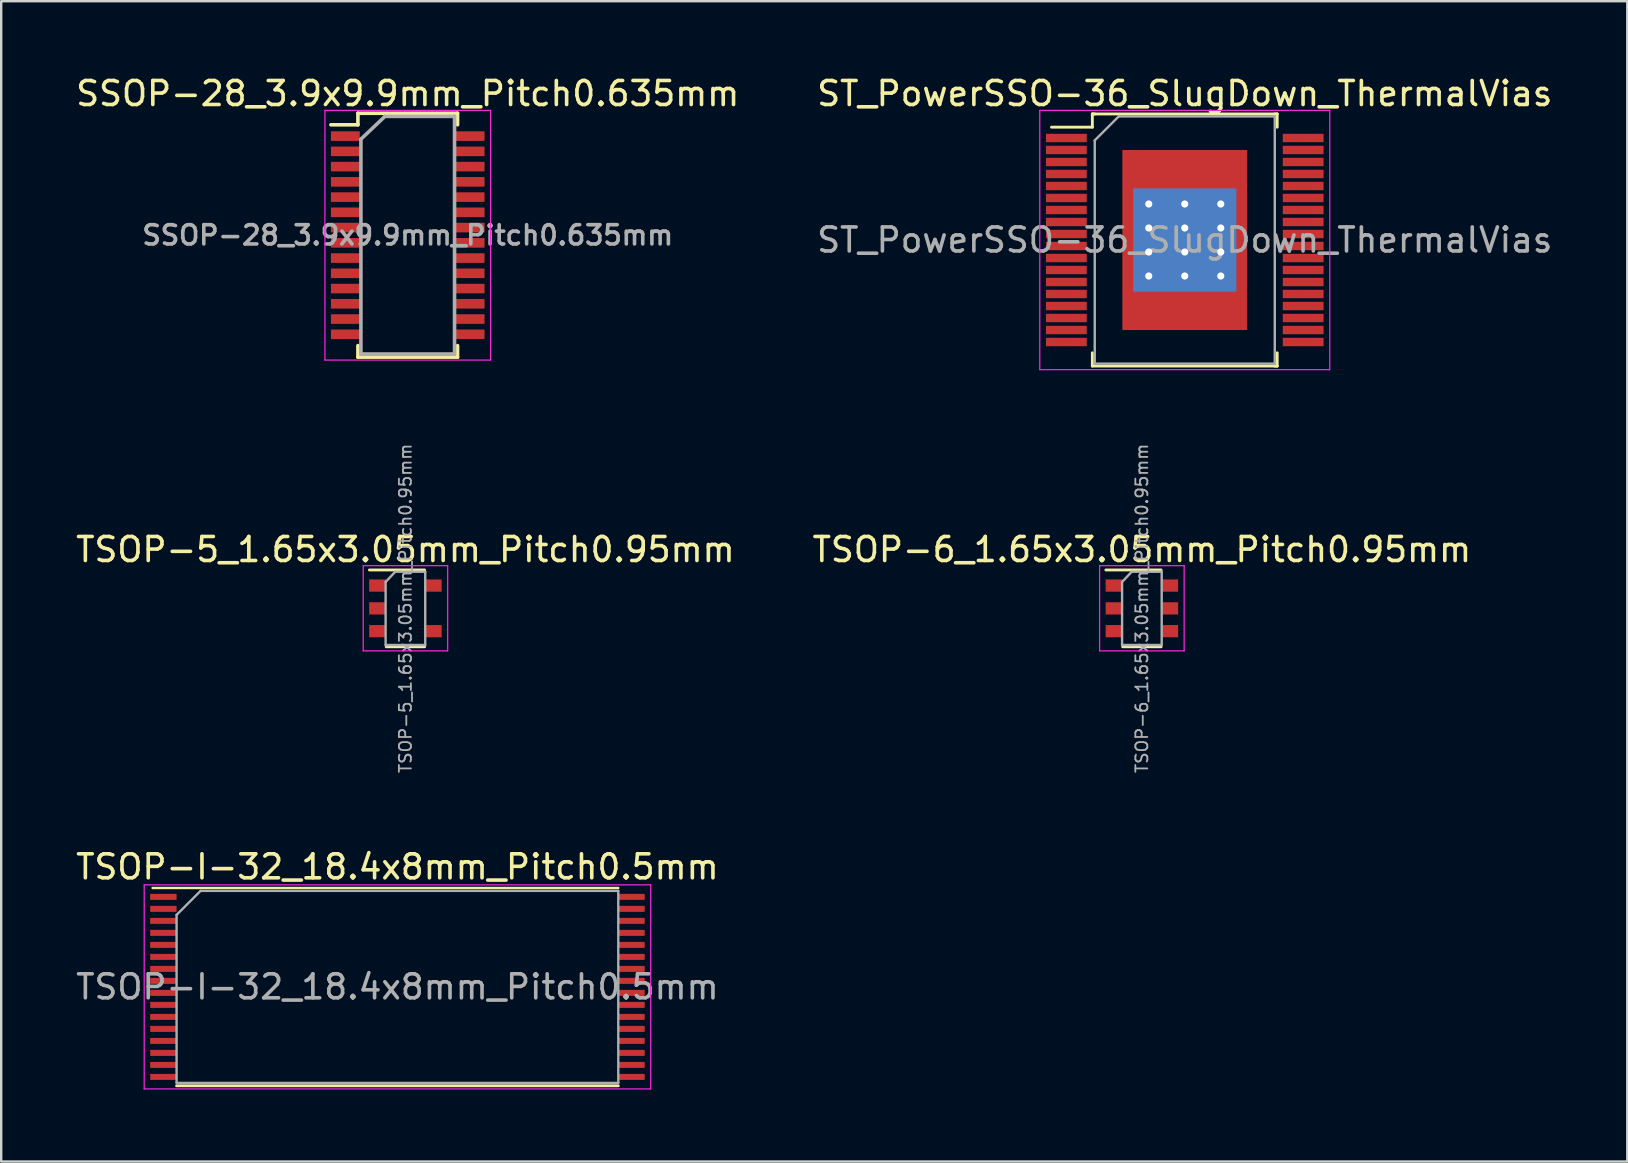
<source format=kicad_pcb>
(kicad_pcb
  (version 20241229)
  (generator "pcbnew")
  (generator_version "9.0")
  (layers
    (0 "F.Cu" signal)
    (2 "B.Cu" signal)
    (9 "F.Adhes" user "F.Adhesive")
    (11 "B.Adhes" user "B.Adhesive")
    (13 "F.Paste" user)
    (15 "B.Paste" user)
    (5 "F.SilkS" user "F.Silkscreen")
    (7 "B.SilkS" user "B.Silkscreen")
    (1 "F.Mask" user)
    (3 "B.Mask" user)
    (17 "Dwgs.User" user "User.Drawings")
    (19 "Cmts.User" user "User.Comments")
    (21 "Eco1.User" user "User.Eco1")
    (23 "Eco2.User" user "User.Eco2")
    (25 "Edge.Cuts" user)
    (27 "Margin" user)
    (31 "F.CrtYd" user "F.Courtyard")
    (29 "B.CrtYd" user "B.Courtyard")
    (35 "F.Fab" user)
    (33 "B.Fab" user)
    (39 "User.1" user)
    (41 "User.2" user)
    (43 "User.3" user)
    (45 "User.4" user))
  (footprint "TSOP-I-32_18.4x8mm_Pitch0.5mm"
    (layer "F.Cu")
    (at 13.506 38.061)
    (property "Reference" "TSOP-I-32_18.4x8mm_Pitch0.5mm" (at 0 -5 0) (layer "F.SilkS") (effects (font (size 1 1) (thickness 0.15))))
    (attr smd)
    (fp_line (start -9.2 4.12) (end 9.2 4.12) (stroke (width 0.12) (type solid)) (layer "F.SilkS"))
    (fp_line (start 9.2 -4.12) (end -10.2 -4.12) (stroke (width 0.1) (type solid)) (layer "F.SilkS"))
    (fp_line (start -10.55 -4.25) (end 10.55 -4.25) (stroke (width 0.05) (type solid)) (layer "F.CrtYd"))
    (fp_line (start -10.55 4.25) (end -10.55 -4.25) (stroke (width 0.05) (type solid)) (layer "F.CrtYd"))
    (fp_line (start 10.55 -4.25) (end 10.55 4.25) (stroke (width 0.05) (type solid)) (layer "F.CrtYd"))
    (fp_line (start 10.55 4.25) (end -10.55 4.25) (stroke (width 0.05) (type solid)) (layer "F.CrtYd"))
    (fp_line (start -9.2 4) (end -9.2 -3) (stroke (width 0.1) (type solid)) (layer "F.Fab"))
    (fp_line (start -8.2 -4) (end -9.2 -3) (stroke (width 0.1) (type solid)) (layer "F.Fab"))
    (fp_line (start -8.2 -4) (end 9.2 -4) (stroke (width 0.1) (type solid)) (layer "F.Fab"))
    (fp_line (start 9.2 -4) (end 9.2 4) (stroke (width 0.1) (type solid)) (layer "F.Fab"))
    (fp_line (start 9.2 4) (end -9.2 4) (stroke (width 0.1) (type solid)) (layer "F.Fab"))
    (fp_text user "${REFERENCE}" (at 0 0 0) (layer "F.Fab") (effects (font (size 1 1) (thickness 0.15))))
    (pad "1" smd rect (at -9.75 -3.75) (size 1.1 0.25) (layers "F.Cu" "F.Mask" "F.Paste"))
    (pad "2" smd rect (at -9.75 -3.25) (size 1.1 0.25) (layers "F.Cu" "F.Mask" "F.Paste"))
    (pad "3" smd rect (at -9.75 -2.75) (size 1.1 0.25) (layers "F.Cu" "F.Mask" "F.Paste"))
    (pad "4" smd rect (at -9.75 -2.25) (size 1.1 0.25) (layers "F.Cu" "F.Mask" "F.Paste"))
    (pad "5" smd rect (at -9.75 -1.75) (size 1.1 0.25) (layers "F.Cu" "F.Mask" "F.Paste"))
    (pad "6" smd rect (at -9.75 -1.25) (size 1.1 0.25) (layers "F.Cu" "F.Mask" "F.Paste"))
    (pad "7" smd rect (at -9.75 -0.75) (size 1.1 0.25) (layers "F.Cu" "F.Mask" "F.Paste"))
    (pad "8" smd rect (at -9.75 -0.25) (size 1.1 0.25) (layers "F.Cu" "F.Mask" "F.Paste"))
    (pad "9" smd rect (at -9.75 0.25) (size 1.1 0.25) (layers "F.Cu" "F.Mask" "F.Paste"))
    (pad "10" smd rect (at -9.75 0.75) (size 1.1 0.25) (layers "F.Cu" "F.Mask" "F.Paste"))
    (pad "11" smd rect (at -9.75 1.25) (size 1.1 0.25) (layers "F.Cu" "F.Mask" "F.Paste"))
    (pad "12" smd rect (at -9.75 1.75) (size 1.1 0.25) (layers "F.Cu" "F.Mask" "F.Paste"))
    (pad "13" smd rect (at -9.75 2.25) (size 1.1 0.25) (layers "F.Cu" "F.Mask" "F.Paste"))
    (pad "14" smd rect (at -9.75 2.75) (size 1.1 0.25) (layers "F.Cu" "F.Mask" "F.Paste"))
    (pad "15" smd rect (at -9.75 3.25) (size 1.1 0.25) (layers "F.Cu" "F.Mask" "F.Paste"))
    (pad "16" smd rect (at -9.75 3.75) (size 1.1 0.25) (layers "F.Cu" "F.Mask" "F.Paste"))
    (pad "17" smd rect (at 9.75 3.75) (size 1.1 0.25) (layers "F.Cu" "F.Mask" "F.Paste"))
    (pad "18" smd rect (at 9.75 3.25) (size 1.1 0.25) (layers "F.Cu" "F.Mask" "F.Paste"))
    (pad "19" smd rect (at 9.75 2.75) (size 1.1 0.25) (layers "F.Cu" "F.Mask" "F.Paste"))
    (pad "20" smd rect (at 9.75 2.25) (size 1.1 0.25) (layers "F.Cu" "F.Mask" "F.Paste"))
    (pad "21" smd rect (at 9.75 1.75) (size 1.1 0.25) (layers "F.Cu" "F.Mask" "F.Paste"))
    (pad "22" smd rect (at 9.75 1.25) (size 1.1 0.25) (layers "F.Cu" "F.Mask" "F.Paste"))
    (pad "23" smd rect (at 9.75 0.75) (size 1.1 0.25) (layers "F.Cu" "F.Mask" "F.Paste"))
    (pad "24" smd rect (at 9.75 0.25) (size 1.1 0.25) (layers "F.Cu" "F.Mask" "F.Paste"))
    (pad "25" smd rect (at 9.75 -0.25) (size 1.1 0.25) (layers "F.Cu" "F.Mask" "F.Paste"))
    (pad "26" smd rect (at 9.75 -0.75) (size 1.1 0.25) (layers "F.Cu" "F.Mask" "F.Paste"))
    (pad "27" smd rect (at 9.75 -1.25) (size 1.1 0.25) (layers "F.Cu" "F.Mask" "F.Paste"))
    (pad "28" smd rect (at 9.75 -1.75) (size 1.1 0.25) (layers "F.Cu" "F.Mask" "F.Paste"))
    (pad "29" smd rect (at 9.75 -2.25) (size 1.1 0.25) (layers "F.Cu" "F.Mask" "F.Paste"))
    (pad "30" smd rect (at 9.75 -2.75) (size 1.1 0.25) (layers "F.Cu" "F.Mask" "F.Paste"))
    (pad "31" smd rect (at 9.75 -3.25) (size 1.1 0.25) (layers "F.Cu" "F.Mask" "F.Paste"))
    (pad "32" smd rect (at 9.75 -3.75) (size 1.1 0.25) (layers "F.Cu" "F.Mask" "F.Paste")))
  (footprint "TSOP-5_1.65x3.05mm_Pitch0.95mm"
    (layer "F.Cu")
    (at 13.839 22.293)
    (property "Reference" "TSOP-5_1.65x3.05mm_Pitch0.95mm" (at 0 -2.45 0) (layer "F.SilkS") (effects (font (size 1 1) (thickness 0.15))))
    (attr smd)
    (fp_line (start -0.8 1.6) (end 0.8 1.6) (stroke (width 0.12) (type solid)) (layer "F.SilkS"))
    (fp_line (start 0.8 -1.6) (end -1.5 -1.6) (stroke (width 0.12) (type solid)) (layer "F.SilkS"))
    (fp_line (start -1.76 -1.78) (end -1.76 1.77) (stroke (width 0.05) (type solid)) (layer "F.CrtYd"))
    (fp_line (start -1.76 -1.78) (end 1.76 -1.78) (stroke (width 0.05) (type solid)) (layer "F.CrtYd"))
    (fp_line (start 1.76 1.77) (end -1.76 1.77) (stroke (width 0.05) (type solid)) (layer "F.CrtYd"))
    (fp_line (start 1.76 1.77) (end 1.76 -1.78) (stroke (width 0.05) (type solid)) (layer "F.CrtYd"))
    (fp_line (start -0.825 -1.1) (end -0.825 1.525) (stroke (width 0.1) (type solid)) (layer "F.Fab"))
    (fp_line (start -0.825 -1.1) (end -0.425 -1.525) (stroke (width 0.1) (type solid)) (layer "F.Fab"))
    (fp_line (start 0.825 -1.525) (end -0.425 -1.525) (stroke (width 0.1) (type solid)) (layer "F.Fab"))
    (fp_line (start 0.825 -1.525) (end 0.825 1.525) (stroke (width 0.1) (type solid)) (layer "F.Fab"))
    (fp_line (start 0.825 1.525) (end -0.825 1.525) (stroke (width 0.1) (type solid)) (layer "F.Fab"))
    (fp_text user "${REFERENCE}" (at 0 0 90) (layer "F.Fab") (effects (font (size 0.5 0.5) (thickness 0.075))))
    (pad "1" smd rect (at -1.16 -0.95) (size 0.7 0.51) (layers "F.Cu" "F.Mask" "F.Paste"))
    (pad "2" smd rect (at -1.16 0) (size 0.7 0.51) (layers "F.Cu" "F.Mask" "F.Paste"))
    (pad "3" smd rect (at -1.16 0.95) (size 0.7 0.51) (layers "F.Cu" "F.Mask" "F.Paste"))
    (pad "4" smd rect (at 1.16 0.95) (size 0.7 0.51) (layers "F.Cu" "F.Mask" "F.Paste"))
    (pad "6" smd rect (at 1.16 -0.95) (size 0.7 0.51) (layers "F.Cu" "F.Mask" "F.Paste")))
  (footprint "SSOP-28_3.9x9.9mm_Pitch0.635mm"
    (layer "F.Cu")
    (at 13.935 6.748)
    (property "Reference" "SSOP-28_3.9x9.9mm_Pitch0.635mm" (at 0 -5.9 0) (layer "F.SilkS") (effects (font (size 1 1) (thickness 0.15))))
    (attr smd)
    (fp_line (start -2.075 -5.08) (end -2.075 -4.6) (stroke (width 0.15) (type solid)) (layer "F.SilkS"))
    (fp_line (start -2.075 -5.08) (end 2.075 -5.08) (stroke (width 0.15) (type solid)) (layer "F.SilkS"))
    (fp_line (start -2.075 -4.6) (end -3.2 -4.6) (stroke (width 0.15) (type solid)) (layer "F.SilkS"))
    (fp_line (start -2.075 5.08) (end -2.075 4.6) (stroke (width 0.15) (type solid)) (layer "F.SilkS"))
    (fp_line (start -2.075 5.08) (end 2.075 5.08) (stroke (width 0.15) (type solid)) (layer "F.SilkS"))
    (fp_line (start 2.075 -5.08) (end 2.075 -4.6) (stroke (width 0.15) (type solid)) (layer "F.SilkS"))
    (fp_line (start 2.075 5.08) (end 2.075 4.6) (stroke (width 0.15) (type solid)) (layer "F.SilkS"))
    (fp_line (start -3.45 -5.2) (end -3.45 5.2) (stroke (width 0.05) (type solid)) (layer "F.CrtYd"))
    (fp_line (start -3.45 -5.2) (end 3.45 -5.2) (stroke (width 0.05) (type solid)) (layer "F.CrtYd"))
    (fp_line (start -3.45 5.2) (end 3.45 5.2) (stroke (width 0.05) (type solid)) (layer "F.CrtYd"))
    (fp_line (start 3.45 -5.2) (end 3.45 5.2) (stroke (width 0.05) (type solid)) (layer "F.CrtYd"))
    (fp_line (start -1.95 -4) (end -0.95 -4.95) (stroke (width 0.15) (type solid)) (layer "F.Fab"))
    (fp_line (start -1.95 4.95) (end -1.95 -4) (stroke (width 0.15) (type solid)) (layer "F.Fab"))
    (fp_line (start -0.95 -4.95) (end 1.95 -4.95) (stroke (width 0.15) (type solid)) (layer "F.Fab"))
    (fp_line (start 1.95 -4.95) (end 1.95 4.95) (stroke (width 0.15) (type solid)) (layer "F.Fab"))
    (fp_line (start 1.95 4.95) (end -1.95 4.95) (stroke (width 0.15) (type solid)) (layer "F.Fab"))
    (fp_text user "${REFERENCE}" (at 0 0 0) (layer "F.Fab") (effects (font (size 0.8 0.8) (thickness 0.15))))
    (pad "1" smd rect (at -2.6 -4.128) (size 1.2 0.4) (layers "F.Cu" "F.Mask" "F.Paste"))
    (pad "2" smd rect (at -2.6 -3.493) (size 1.2 0.4) (layers "F.Cu" "F.Mask" "F.Paste"))
    (pad "3" smd rect (at -2.6 -2.857) (size 1.2 0.4) (layers "F.Cu" "F.Mask" "F.Paste"))
    (pad "4" smd rect (at -2.6 -2.223) (size 1.2 0.4) (layers "F.Cu" "F.Mask" "F.Paste"))
    (pad "5" smd rect (at -2.6 -1.587) (size 1.2 0.4) (layers "F.Cu" "F.Mask" "F.Paste"))
    (pad "6" smd rect (at -2.6 -0.953) (size 1.2 0.4) (layers "F.Cu" "F.Mask" "F.Paste"))
    (pad "7" smd rect (at -2.6 -0.318) (size 1.2 0.4) (layers "F.Cu" "F.Mask" "F.Paste"))
    (pad "8" smd rect (at -2.6 0.318) (size 1.2 0.4) (layers "F.Cu" "F.Mask" "F.Paste"))
    (pad "9" smd rect (at -2.6 0.953) (size 1.2 0.4) (layers "F.Cu" "F.Mask" "F.Paste"))
    (pad "10" smd rect (at -2.6 1.587) (size 1.2 0.4) (layers "F.Cu" "F.Mask" "F.Paste"))
    (pad "11" smd rect (at -2.6 2.223) (size 1.2 0.4) (layers "F.Cu" "F.Mask" "F.Paste"))
    (pad "12" smd rect (at -2.6 2.857) (size 1.2 0.4) (layers "F.Cu" "F.Mask" "F.Paste"))
    (pad "13" smd rect (at -2.6 3.493) (size 1.2 0.4) (layers "F.Cu" "F.Mask" "F.Paste"))
    (pad "14" smd rect (at -2.6 4.128) (size 1.2 0.4) (layers "F.Cu" "F.Mask" "F.Paste"))
    (pad "15" smd rect (at 2.6 4.128) (size 1.2 0.4) (layers "F.Cu" "F.Mask" "F.Paste"))
    (pad "16" smd rect (at 2.6 3.493) (size 1.2 0.4) (layers "F.Cu" "F.Mask" "F.Paste"))
    (pad "17" smd rect (at 2.6 2.857) (size 1.2 0.4) (layers "F.Cu" "F.Mask" "F.Paste"))
    (pad "18" smd rect (at 2.6 2.223) (size 1.2 0.4) (layers "F.Cu" "F.Mask" "F.Paste"))
    (pad "19" smd rect (at 2.6 1.587) (size 1.2 0.4) (layers "F.Cu" "F.Mask" "F.Paste"))
    (pad "20" smd rect (at 2.6 0.953) (size 1.2 0.4) (layers "F.Cu" "F.Mask" "F.Paste"))
    (pad "21" smd rect (at 2.6 0.318) (size 1.2 0.4) (layers "F.Cu" "F.Mask" "F.Paste"))
    (pad "22" smd rect (at 2.6 -0.318) (size 1.2 0.4) (layers "F.Cu" "F.Mask" "F.Paste"))
    (pad "23" smd rect (at 2.6 -0.953) (size 1.2 0.4) (layers "F.Cu" "F.Mask" "F.Paste"))
    (pad "24" smd rect (at 2.6 -1.587) (size 1.2 0.4) (layers "F.Cu" "F.Mask" "F.Paste"))
    (pad "25" smd rect (at 2.6 -2.223) (size 1.2 0.4) (layers "F.Cu" "F.Mask" "F.Paste"))
    (pad "26" smd rect (at 2.6 -2.857) (size 1.2 0.4) (layers "F.Cu" "F.Mask" "F.Paste"))
    (pad "27" smd rect (at 2.6 -3.493) (size 1.2 0.4) (layers "F.Cu" "F.Mask" "F.Paste"))
    (pad "28" smd rect (at 2.6 -4.128) (size 1.2 0.4) (layers "F.Cu" "F.Mask" "F.Paste")))
  (footprint "TSOP-6_1.65x3.05mm_Pitch0.95mm"
    (layer "F.Cu")
    (at 44.518 22.293)
    (property "Reference" "TSOP-6_1.65x3.05mm_Pitch0.95mm" (at 0 -2.45 0) (layer "F.SilkS") (effects (font (size 1 1) (thickness 0.15))))
    (attr smd)
    (fp_line (start -0.8 1.6) (end 0.8 1.6) (stroke (width 0.12) (type solid)) (layer "F.SilkS"))
    (fp_line (start 0.8 -1.6) (end -1.5 -1.6) (stroke (width 0.12) (type solid)) (layer "F.SilkS"))
    (fp_line (start -1.76 -1.78) (end -1.76 1.77) (stroke (width 0.05) (type solid)) (layer "F.CrtYd"))
    (fp_line (start -1.76 -1.78) (end 1.76 -1.78) (stroke (width 0.05) (type solid)) (layer "F.CrtYd"))
    (fp_line (start 1.76 1.77) (end -1.76 1.77) (stroke (width 0.05) (type solid)) (layer "F.CrtYd"))
    (fp_line (start 1.76 1.77) (end 1.76 -1.78) (stroke (width 0.05) (type solid)) (layer "F.CrtYd"))
    (fp_line (start -0.825 -1.1) (end -0.825 1.525) (stroke (width 0.1) (type solid)) (layer "F.Fab"))
    (fp_line (start -0.825 -1.1) (end -0.425 -1.525) (stroke (width 0.1) (type solid)) (layer "F.Fab"))
    (fp_line (start 0.825 -1.525) (end -0.425 -1.525) (stroke (width 0.1) (type solid)) (layer "F.Fab"))
    (fp_line (start 0.825 -1.525) (end 0.825 1.525) (stroke (width 0.1) (type solid)) (layer "F.Fab"))
    (fp_line (start 0.825 1.525) (end -0.825 1.525) (stroke (width 0.1) (type solid)) (layer "F.Fab"))
    (fp_text user "${REFERENCE}" (at 0 0 90) (layer "F.Fab") (effects (font (size 0.5 0.5) (thickness 0.075))))
    (pad "1" smd rect (at -1.16 -0.95) (size 0.7 0.51) (layers "F.Cu" "F.Mask" "F.Paste"))
    (pad "2" smd rect (at -1.16 0) (size 0.7 0.51) (layers "F.Cu" "F.Mask" "F.Paste"))
    (pad "3" smd rect (at -1.16 0.95) (size 0.7 0.51) (layers "F.Cu" "F.Mask" "F.Paste"))
    (pad "4" smd rect (at 1.16 0.95) (size 0.7 0.51) (layers "F.Cu" "F.Mask" "F.Paste"))
    (pad "5" smd rect (at 1.16 0) (size 0.7 0.51) (layers "F.Cu" "F.Mask" "F.Paste"))
    (pad "6" smd rect (at 1.16 -0.95) (size 0.7 0.51) (layers "F.Cu" "F.Mask" "F.Paste")))
  (footprint "ST_PowerSSO-36_SlugDown_ThermalVias"
    (layer "F.Cu")
    (at 46.304 6.948)
    (property "Reference" "ST_PowerSSO-36_SlugDown_ThermalVias" (at 0 -6.1 0) (layer "F.SilkS") (effects (font (size 1 1) (thickness 0.15))))
    (attr smd)
    (fp_line (start -3.85 -5.25) (end -3.85 -4.7) (stroke (width 0.12) (type solid)) (layer "F.SilkS"))
    (fp_line (start -3.85 -4.7) (end -5.55 -4.7) (stroke (width 0.12) (type solid)) (layer "F.SilkS"))
    (fp_line (start -3.85 5.25) (end -3.85 4.7) (stroke (width 0.12) (type solid)) (layer "F.SilkS"))
    (fp_line (start -3.75 -5.25) (end -3.85 -5.25) (stroke (width 0.12) (type solid)) (layer "F.SilkS"))
    (fp_line (start 3.75 -5.25) (end 3.85 -5.25) (stroke (width 0.12) (type solid)) (layer "F.SilkS"))
    (fp_line (start 3.75 5.25) (end 3.85 5.25) (stroke (width 0.12) (type solid)) (layer "F.SilkS"))
    (fp_line (start 3.85 -5.25) (end -3.85 -5.25) (stroke (width 0.12) (type solid)) (layer "F.SilkS"))
    (fp_line (start 3.85 -5.25) (end 3.85 -4.7) (stroke (width 0.12) (type solid)) (layer "F.SilkS"))
    (fp_line (start 3.85 5.25) (end -3.85 5.25) (stroke (width 0.12) (type solid)) (layer "F.SilkS"))
    (fp_line (start 3.85 5.25) (end 3.85 4.7) (stroke (width 0.12) (type solid)) (layer "F.SilkS"))
    (fp_line (start -6.04 -5.4) (end -6.04 5.4) (stroke (width 0.05) (type solid)) (layer "F.CrtYd"))
    (fp_line (start -6.04 -5.4) (end 6.04 -5.4) (stroke (width 0.05) (type solid)) (layer "F.CrtYd"))
    (fp_line (start 6.04 5.4) (end -6.04 5.4) (stroke (width 0.05) (type solid)) (layer "F.CrtYd"))
    (fp_line (start 6.04 5.4) (end 6.04 -5.4) (stroke (width 0.05) (type solid)) (layer "F.CrtYd"))
    (fp_line (start -3.75 -4.15) (end -3.75 5.15) (stroke (width 0.1) (type solid)) (layer "F.Fab"))
    (fp_line (start -3.75 5.15) (end 3.75 5.15) (stroke (width 0.1) (type solid)) (layer "F.Fab"))
    (fp_line (start -2.75 -5.15) (end -3.75 -4.15) (stroke (width 0.1) (type solid)) (layer "F.Fab"))
    (fp_line (start 3.75 -5.15) (end -2.75 -5.15) (stroke (width 0.1) (type solid)) (layer "F.Fab"))
    (fp_line (start 3.75 5.15) (end 3.75 -5.15) (stroke (width 0.1) (type solid)) (layer "F.Fab"))
    (fp_text user "${REFERENCE}" (at 0 0 0) (layer "F.Fab") (effects (font (size 1 1) (thickness 0.15))))
    (pad "1" smd rect (at -4.933 -4.25) (size 1.7 0.35) (layers "F.Cu" "F.Mask" "F.Paste"))
    (pad "2" smd rect (at -4.933 -3.75) (size 1.7 0.35) (layers "F.Cu" "F.Mask" "F.Paste"))
    (pad "3" smd rect (at -4.933 -3.25) (size 1.7 0.35) (layers "F.Cu" "F.Mask" "F.Paste"))
    (pad "4" smd rect (at -4.933 -2.75) (size 1.7 0.35) (layers "F.Cu" "F.Mask" "F.Paste"))
    (pad "5" smd rect (at -4.933 -2.25) (size 1.7 0.35) (layers "F.Cu" "F.Mask" "F.Paste"))
    (pad "6" smd rect (at -4.933 -1.75) (size 1.7 0.35) (layers "F.Cu" "F.Mask" "F.Paste"))
    (pad "7" smd rect (at -4.933 -1.25) (size 1.7 0.35) (layers "F.Cu" "F.Mask" "F.Paste"))
    (pad "8" smd rect (at -4.933 -0.75) (size 1.7 0.35) (layers "F.Cu" "F.Mask" "F.Paste"))
    (pad "9" smd rect (at -4.933 -0.25) (size 1.7 0.35) (layers "F.Cu" "F.Mask" "F.Paste"))
    (pad "10" smd rect (at -4.933 0.25) (size 1.7 0.35) (layers "F.Cu" "F.Mask" "F.Paste"))
    (pad "11" smd rect (at -4.933 0.75) (size 1.7 0.35) (layers "F.Cu" "F.Mask" "F.Paste"))
    (pad "12" smd rect (at -4.933 1.25) (size 1.7 0.35) (layers "F.Cu" "F.Mask" "F.Paste"))
    (pad "13" smd rect (at -4.933 1.75) (size 1.7 0.35) (layers "F.Cu" "F.Mask" "F.Paste"))
    (pad "14" smd rect (at -4.933 2.25) (size 1.7 0.35) (layers "F.Cu" "F.Mask" "F.Paste"))
    (pad "15" smd rect (at -4.933 2.75) (size 1.7 0.35) (layers "F.Cu" "F.Mask" "F.Paste"))
    (pad "16" smd rect (at -4.933 3.25) (size 1.7 0.35) (layers "F.Cu" "F.Mask" "F.Paste"))
    (pad "17" smd rect (at -4.933 3.75) (size 1.7 0.35) (layers "F.Cu" "F.Mask" "F.Paste"))
    (pad "18" smd rect (at -4.933 4.25) (size 1.7 0.35) (layers "F.Cu" "F.Mask" "F.Paste"))
    (pad "19" smd rect (at 4.933 4.25) (size 1.7 0.35) (layers "F.Cu" "F.Mask" "F.Paste"))
    (pad "20" smd rect (at 4.933 3.75) (size 1.7 0.35) (layers "F.Cu" "F.Mask" "F.Paste"))
    (pad "21" smd rect (at 4.933 3.25) (size 1.7 0.35) (layers "F.Cu" "F.Mask" "F.Paste"))
    (pad "22" smd rect (at 4.933 2.75) (size 1.7 0.35) (layers "F.Cu" "F.Mask" "F.Paste"))
    (pad "23" smd rect (at 4.933 2.25) (size 1.7 0.35) (layers "F.Cu" "F.Mask" "F.Paste"))
    (pad "24" smd rect (at 4.933 1.75) (size 1.7 0.35) (layers "F.Cu" "F.Mask" "F.Paste"))
    (pad "25" smd rect (at 4.933 1.25) (size 1.7 0.35) (layers "F.Cu" "F.Mask" "F.Paste"))
    (pad "26" smd rect (at 4.933 0.75) (size 1.7 0.35) (layers "F.Cu" "F.Mask" "F.Paste"))
    (pad "27" smd rect (at 4.933 0.25) (size 1.7 0.35) (layers "F.Cu" "F.Mask" "F.Paste"))
    (pad "28" smd rect (at 4.933 -0.25) (size 1.7 0.35) (layers "F.Cu" "F.Mask" "F.Paste"))
    (pad "29" smd rect (at 4.933 -0.75) (size 1.7 0.35) (layers "F.Cu" "F.Mask" "F.Paste"))
    (pad "30" smd rect (at 4.933 -1.25) (size 1.7 0.35) (layers "F.Cu" "F.Mask" "F.Paste"))
    (pad "31" smd rect (at 4.933 -1.75) (size 1.7 0.35) (layers "F.Cu" "F.Mask" "F.Paste"))
    (pad "32" smd rect (at 4.933 -2.25) (size 1.7 0.35) (layers "F.Cu" "F.Mask" "F.Paste"))
    (pad "33" smd rect (at 4.933 -2.75) (size 1.7 0.35) (layers "F.Cu" "F.Mask" "F.Paste"))
    (pad "34" smd rect (at 4.933 -3.25) (size 1.7 0.35) (layers "F.Cu" "F.Mask" "F.Paste"))
    (pad "35" smd rect (at 4.933 -3.75) (size 1.7 0.35) (layers "F.Cu" "F.Mask" "F.Paste"))
    (pad "36" smd rect (at 4.933 -4.25) (size 1.7 0.35) (layers "F.Cu" "F.Mask" "F.Paste"))
    (pad "37" thru_hole circle (at -1.5 -1.5) (size 0.6 0.6) (drill 0.3) (layers "*.Cu" "*.Mask"))
    (pad "37" thru_hole circle (at -1.5 -0.5) (size 0.6 0.6) (drill 0.3) (layers "*.Cu" "*.Mask"))
    (pad "37" thru_hole circle (at -1.5 0.5) (size 0.6 0.6) (drill 0.3) (layers "*.Cu" "*.Mask"))
    (pad "37" thru_hole circle (at -1.5 1.5) (size 0.6 0.6) (drill 0.3) (layers "*.Cu" "*.Mask"))
    (pad "37" thru_hole circle (at 0 -1.5) (size 0.6 0.6) (drill 0.3) (layers "*.Cu" "*.Mask"))
    (pad "37" thru_hole circle (at 0 -0.5) (size 0.6 0.6) (drill 0.3) (layers "*.Cu" "*.Mask"))
    (pad "37" smd rect (at 0 0) (size 4.3 4.3) (layers "B.Cu" "B.Mask"))
    (pad "37" smd rect (at 0 0) (size 5.2 7.5) (layers "F.Cu" "F.Mask" "F.Paste"))
    (pad "37" thru_hole circle (at 0 0.5) (size 0.6 0.6) (drill 0.3) (layers "*.Cu" "*.Mask"))
    (pad "37" thru_hole circle (at 0 1.5) (size 0.6 0.6) (drill 0.3) (layers "*.Cu" "*.Mask"))
    (pad "37" thru_hole circle (at 1.5 -1.5) (size 0.6 0.6) (drill 0.3) (layers "*.Cu" "*.Mask"))
    (pad "37" thru_hole circle (at 1.5 -0.5) (size 0.6 0.6) (drill 0.3) (layers "*.Cu" "*.Mask"))
    (pad "37" thru_hole circle (at 1.5 0.5) (size 0.6 0.6) (drill 0.3) (layers "*.Cu" "*.Mask"))
    (pad "37" thru_hole circle (at 1.5 1.5) (size 0.6 0.6) (drill 0.3) (layers "*.Cu" "*.Mask")))
  (gr_rect
    (start -3 -3)
    (end 64.738 45.336)
    (stroke (width 0.1) (type default))
    (fill no)
    (layer "Edge.Cuts")))
</source>
